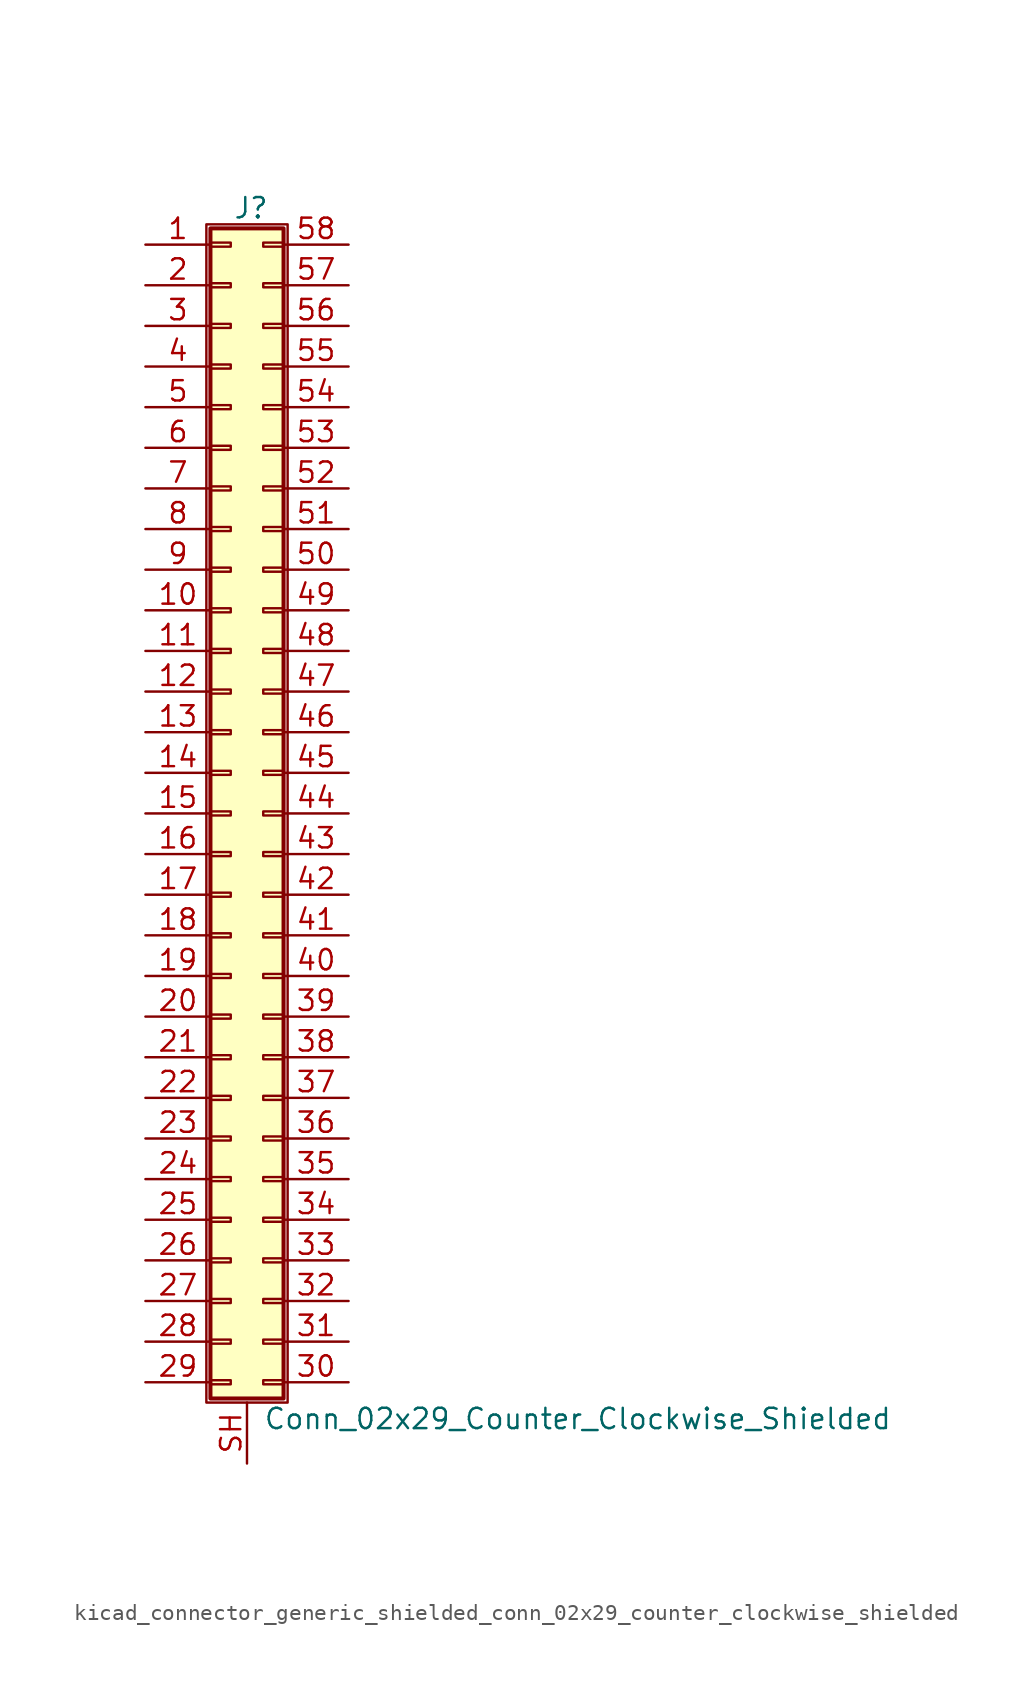
<source format=kicad_sym>
(kicad_symbol_lib
  (version 20220914)
  (generator kicad_symbol_editor)
  (symbol "kicad_connector_generic_shielded_conn_02x29_counter_clockwise_shielded"
    (pin_names
      (offset 1.016) hide)
    (property "Reference" "J"
      (at 1.524 37.846 0)
      (effects (font (size 1.27 1.27))))
    (property "Value" "Conn_02x29_Counter_Clockwise_Shielded"
      (at 2.286 -37.846 0)
      (effects (font (size 1.27 1.27)) (justify left)))
    (symbol "kicad_connector_generic_shielded_conn_02x29_counter_clockwise_shielded_1_1"
      (rectangle (start -1.27 36.83) (end 3.81 -36.83) (stroke (width 0.152) (type default)) (fill (type none)))
      (rectangle (start -1.016 -35.433) (end 0.254 -35.687) (stroke (width 0.152) (type default)) (fill (type none)))
      (rectangle (start -1.016 -32.893) (end 0.254 -33.147) (stroke (width 0.152) (type default)) (fill (type none)))
      (rectangle (start -1.016 -30.353) (end 0.254 -30.607) (stroke (width 0.152) (type default)) (fill (type none)))
      (rectangle (start -1.016 -27.813) (end 0.254 -28.067) (stroke (width 0.152) (type default)) (fill (type none)))
      (rectangle (start -1.016 -25.273) (end 0.254 -25.527) (stroke (width 0.152) (type default)) (fill (type none)))
      (rectangle (start -1.016 -22.733) (end 0.254 -22.987) (stroke (width 0.152) (type default)) (fill (type none)))
      (rectangle (start -1.016 -20.193) (end 0.254 -20.447) (stroke (width 0.152) (type default)) (fill (type none)))
      (rectangle (start -1.016 -17.653) (end 0.254 -17.907) (stroke (width 0.152) (type default)) (fill (type none)))
      (rectangle (start -1.016 -15.113) (end 0.254 -15.367) (stroke (width 0.152) (type default)) (fill (type none)))
      (rectangle (start -1.016 -12.573) (end 0.254 -12.827) (stroke (width 0.152) (type default)) (fill (type none)))
      (rectangle (start -1.016 -10.033) (end 0.254 -10.287) (stroke (width 0.152) (type default)) (fill (type none)))
      (rectangle (start -1.016 -7.493) (end 0.254 -7.747) (stroke (width 0.152) (type default)) (fill (type none)))
      (rectangle (start -1.016 -4.953) (end 0.254 -5.207) (stroke (width 0.152) (type default)) (fill (type none)))
      (rectangle (start -1.016 -2.413) (end 0.254 -2.667) (stroke (width 0.152) (type default)) (fill (type none)))
      (rectangle (start -1.016 0.127) (end 0.254 -0.127) (stroke (width 0.152) (type default)) (fill (type none)))
      (rectangle (start -1.016 2.667) (end 0.254 2.413) (stroke (width 0.152) (type default)) (fill (type none)))
      (rectangle (start -1.016 5.207) (end 0.254 4.953) (stroke (width 0.152) (type default)) (fill (type none)))
      (rectangle (start -1.016 7.747) (end 0.254 7.493) (stroke (width 0.152) (type default)) (fill (type none)))
      (rectangle (start -1.016 10.287) (end 0.254 10.033) (stroke (width 0.152) (type default)) (fill (type none)))
      (rectangle (start -1.016 12.827) (end 0.254 12.573) (stroke (width 0.152) (type default)) (fill (type none)))
      (rectangle (start -1.016 15.367) (end 0.254 15.113) (stroke (width 0.152) (type default)) (fill (type none)))
      (rectangle (start -1.016 17.907) (end 0.254 17.653) (stroke (width 0.152) (type default)) (fill (type none)))
      (rectangle (start -1.016 20.447) (end 0.254 20.193) (stroke (width 0.152) (type default)) (fill (type none)))
      (rectangle (start -1.016 22.987) (end 0.254 22.733) (stroke (width 0.152) (type default)) (fill (type none)))
      (rectangle (start -1.016 25.527) (end 0.254 25.273) (stroke (width 0.152) (type default)) (fill (type none)))
      (rectangle (start -1.016 28.067) (end 0.254 27.813) (stroke (width 0.152) (type default)) (fill (type none)))
      (rectangle (start -1.016 30.607) (end 0.254 30.353) (stroke (width 0.152) (type default)) (fill (type none)))
      (rectangle (start -1.016 33.147) (end 0.254 32.893) (stroke (width 0.152) (type default)) (fill (type none)))
      (rectangle (start -1.016 35.687) (end 0.254 35.433) (stroke (width 0.152) (type default)) (fill (type none)))
      (rectangle (start -1.016 36.576) (end 3.556 -36.576) (stroke (width 0.254) (type default)) (fill (type background)))
      (rectangle (start 3.556 -35.433) (end 2.286 -35.687) (stroke (width 0.152) (type default)) (fill (type none)))
      (rectangle (start 3.556 -32.893) (end 2.286 -33.147) (stroke (width 0.152) (type default)) (fill (type none)))
      (rectangle (start 3.556 -30.353) (end 2.286 -30.607) (stroke (width 0.152) (type default)) (fill (type none)))
      (rectangle (start 3.556 -27.813) (end 2.286 -28.067) (stroke (width 0.152) (type default)) (fill (type none)))
      (rectangle (start 3.556 -25.273) (end 2.286 -25.527) (stroke (width 0.152) (type default)) (fill (type none)))
      (rectangle (start 3.556 -22.733) (end 2.286 -22.987) (stroke (width 0.152) (type default)) (fill (type none)))
      (rectangle (start 3.556 -20.193) (end 2.286 -20.447) (stroke (width 0.152) (type default)) (fill (type none)))
      (rectangle (start 3.556 -17.653) (end 2.286 -17.907) (stroke (width 0.152) (type default)) (fill (type none)))
      (rectangle (start 3.556 -15.113) (end 2.286 -15.367) (stroke (width 0.152) (type default)) (fill (type none)))
      (rectangle (start 3.556 -12.573) (end 2.286 -12.827) (stroke (width 0.152) (type default)) (fill (type none)))
      (rectangle (start 3.556 -10.033) (end 2.286 -10.287) (stroke (width 0.152) (type default)) (fill (type none)))
      (rectangle (start 3.556 -7.493) (end 2.286 -7.747) (stroke (width 0.152) (type default)) (fill (type none)))
      (rectangle (start 3.556 -4.953) (end 2.286 -5.207) (stroke (width 0.152) (type default)) (fill (type none)))
      (rectangle (start 3.556 -2.413) (end 2.286 -2.667) (stroke (width 0.152) (type default)) (fill (type none)))
      (rectangle (start 3.556 0.127) (end 2.286 -0.127) (stroke (width 0.152) (type default)) (fill (type none)))
      (rectangle (start 3.556 2.667) (end 2.286 2.413) (stroke (width 0.152) (type default)) (fill (type none)))
      (rectangle (start 3.556 5.207) (end 2.286 4.953) (stroke (width 0.152) (type default)) (fill (type none)))
      (rectangle (start 3.556 7.747) (end 2.286 7.493) (stroke (width 0.152) (type default)) (fill (type none)))
      (rectangle (start 3.556 10.287) (end 2.286 10.033) (stroke (width 0.152) (type default)) (fill (type none)))
      (rectangle (start 3.556 12.827) (end 2.286 12.573) (stroke (width 0.152) (type default)) (fill (type none)))
      (rectangle (start 3.556 15.367) (end 2.286 15.113) (stroke (width 0.152) (type default)) (fill (type none)))
      (rectangle (start 3.556 17.907) (end 2.286 17.653) (stroke (width 0.152) (type default)) (fill (type none)))
      (rectangle (start 3.556 20.447) (end 2.286 20.193) (stroke (width 0.152) (type default)) (fill (type none)))
      (rectangle (start 3.556 22.987) (end 2.286 22.733) (stroke (width 0.152) (type default)) (fill (type none)))
      (rectangle (start 3.556 25.527) (end 2.286 25.273) (stroke (width 0.152) (type default)) (fill (type none)))
      (rectangle (start 3.556 28.067) (end 2.286 27.813) (stroke (width 0.152) (type default)) (fill (type none)))
      (rectangle (start 3.556 30.607) (end 2.286 30.353) (stroke (width 0.152) (type default)) (fill (type none)))
      (rectangle (start 3.556 33.147) (end 2.286 32.893) (stroke (width 0.152) (type default)) (fill (type none)))
      (rectangle (start 3.556 35.687) (end 2.286 35.433) (stroke (width 0.152) (type default)) (fill (type none)))
      (pin passive line (at -5.08 35.56 0) (length 4.064) (name "Pin_1" (effects (font (size 1.27 1.27)))) (number "1" (effects (font (size 1.27 1.27)))))
      (pin passive line (at -5.08 12.7 0) (length 4.064) (name "Pin_10" (effects (font (size 1.27 1.27)))) (number "10" (effects (font (size 1.27 1.27)))))
      (pin passive line (at -5.08 10.16 0) (length 4.064) (name "Pin_11" (effects (font (size 1.27 1.27)))) (number "11" (effects (font (size 1.27 1.27)))))
      (pin passive line (at -5.08 7.62 0) (length 4.064) (name "Pin_12" (effects (font (size 1.27 1.27)))) (number "12" (effects (font (size 1.27 1.27)))))
      (pin passive line (at -5.08 5.08 0) (length 4.064) (name "Pin_13" (effects (font (size 1.27 1.27)))) (number "13" (effects (font (size 1.27 1.27)))))
      (pin passive line (at -5.08 2.54 0) (length 4.064) (name "Pin_14" (effects (font (size 1.27 1.27)))) (number "14" (effects (font (size 1.27 1.27)))))
      (pin passive line (at -5.08 0 0) (length 4.064) (name "Pin_15" (effects (font (size 1.27 1.27)))) (number "15" (effects (font (size 1.27 1.27)))))
      (pin passive line (at -5.08 -2.54 0) (length 4.064) (name "Pin_16" (effects (font (size 1.27 1.27)))) (number "16" (effects (font (size 1.27 1.27)))))
      (pin passive line (at -5.08 -5.08 0) (length 4.064) (name "Pin_17" (effects (font (size 1.27 1.27)))) (number "17" (effects (font (size 1.27 1.27)))))
      (pin passive line (at -5.08 -7.62 0) (length 4.064) (name "Pin_18" (effects (font (size 1.27 1.27)))) (number "18" (effects (font (size 1.27 1.27)))))
      (pin passive line (at -5.08 -10.16 0) (length 4.064) (name "Pin_19" (effects (font (size 1.27 1.27)))) (number "19" (effects (font (size 1.27 1.27)))))
      (pin passive line (at -5.08 33.02 0) (length 4.064) (name "Pin_2" (effects (font (size 1.27 1.27)))) (number "2" (effects (font (size 1.27 1.27)))))
      (pin passive line (at -5.08 -12.7 0) (length 4.064) (name "Pin_20" (effects (font (size 1.27 1.27)))) (number "20" (effects (font (size 1.27 1.27)))))
      (pin passive line (at -5.08 -15.24 0) (length 4.064) (name "Pin_21" (effects (font (size 1.27 1.27)))) (number "21" (effects (font (size 1.27 1.27)))))
      (pin passive line (at -5.08 -17.78 0) (length 4.064) (name "Pin_22" (effects (font (size 1.27 1.27)))) (number "22" (effects (font (size 1.27 1.27)))))
      (pin passive line (at -5.08 -20.32 0) (length 4.064) (name "Pin_23" (effects (font (size 1.27 1.27)))) (number "23" (effects (font (size 1.27 1.27)))))
      (pin passive line (at -5.08 -22.86 0) (length 4.064) (name "Pin_24" (effects (font (size 1.27 1.27)))) (number "24" (effects (font (size 1.27 1.27)))))
      (pin passive line (at -5.08 -25.4 0) (length 4.064) (name "Pin_25" (effects (font (size 1.27 1.27)))) (number "25" (effects (font (size 1.27 1.27)))))
      (pin passive line (at -5.08 -27.94 0) (length 4.064) (name "Pin_26" (effects (font (size 1.27 1.27)))) (number "26" (effects (font (size 1.27 1.27)))))
      (pin passive line (at -5.08 -30.48 0) (length 4.064) (name "Pin_27" (effects (font (size 1.27 1.27)))) (number "27" (effects (font (size 1.27 1.27)))))
      (pin passive line (at -5.08 -33.02 0) (length 4.064) (name "Pin_28" (effects (font (size 1.27 1.27)))) (number "28" (effects (font (size 1.27 1.27)))))
      (pin passive line (at -5.08 -35.56 0) (length 4.064) (name "Pin_29" (effects (font (size 1.27 1.27)))) (number "29" (effects (font (size 1.27 1.27)))))
      (pin passive line (at -5.08 30.48 0) (length 4.064) (name "Pin_3" (effects (font (size 1.27 1.27)))) (number "3" (effects (font (size 1.27 1.27)))))
      (pin passive line (at 7.62 -35.56 180) (length 4.064) (name "Pin_30" (effects (font (size 1.27 1.27)))) (number "30" (effects (font (size 1.27 1.27)))))
      (pin passive line (at 7.62 -33.02 180) (length 4.064) (name "Pin_31" (effects (font (size 1.27 1.27)))) (number "31" (effects (font (size 1.27 1.27)))))
      (pin passive line (at 7.62 -30.48 180) (length 4.064) (name "Pin_32" (effects (font (size 1.27 1.27)))) (number "32" (effects (font (size 1.27 1.27)))))
      (pin passive line (at 7.62 -27.94 180) (length 4.064) (name "Pin_33" (effects (font (size 1.27 1.27)))) (number "33" (effects (font (size 1.27 1.27)))))
      (pin passive line (at 7.62 -25.4 180) (length 4.064) (name "Pin_34" (effects (font (size 1.27 1.27)))) (number "34" (effects (font (size 1.27 1.27)))))
      (pin passive line (at 7.62 -22.86 180) (length 4.064) (name "Pin_35" (effects (font (size 1.27 1.27)))) (number "35" (effects (font (size 1.27 1.27)))))
      (pin passive line (at 7.62 -20.32 180) (length 4.064) (name "Pin_36" (effects (font (size 1.27 1.27)))) (number "36" (effects (font (size 1.27 1.27)))))
      (pin passive line (at 7.62 -17.78 180) (length 4.064) (name "Pin_37" (effects (font (size 1.27 1.27)))) (number "37" (effects (font (size 1.27 1.27)))))
      (pin passive line (at 7.62 -15.24 180) (length 4.064) (name "Pin_38" (effects (font (size 1.27 1.27)))) (number "38" (effects (font (size 1.27 1.27)))))
      (pin passive line (at 7.62 -12.7 180) (length 4.064) (name "Pin_39" (effects (font (size 1.27 1.27)))) (number "39" (effects (font (size 1.27 1.27)))))
      (pin passive line (at -5.08 27.94 0) (length 4.064) (name "Pin_4" (effects (font (size 1.27 1.27)))) (number "4" (effects (font (size 1.27 1.27)))))
      (pin passive line (at 7.62 -10.16 180) (length 4.064) (name "Pin_40" (effects (font (size 1.27 1.27)))) (number "40" (effects (font (size 1.27 1.27)))))
      (pin passive line (at 7.62 -7.62 180) (length 4.064) (name "Pin_41" (effects (font (size 1.27 1.27)))) (number "41" (effects (font (size 1.27 1.27)))))
      (pin passive line (at 7.62 -5.08 180) (length 4.064) (name "Pin_42" (effects (font (size 1.27 1.27)))) (number "42" (effects (font (size 1.27 1.27)))))
      (pin passive line (at 7.62 -2.54 180) (length 4.064) (name "Pin_43" (effects (font (size 1.27 1.27)))) (number "43" (effects (font (size 1.27 1.27)))))
      (pin passive line (at 7.62 0 180) (length 4.064) (name "Pin_44" (effects (font (size 1.27 1.27)))) (number "44" (effects (font (size 1.27 1.27)))))
      (pin passive line (at 7.62 2.54 180) (length 4.064) (name "Pin_45" (effects (font (size 1.27 1.27)))) (number "45" (effects (font (size 1.27 1.27)))))
      (pin passive line (at 7.62 5.08 180) (length 4.064) (name "Pin_46" (effects (font (size 1.27 1.27)))) (number "46" (effects (font (size 1.27 1.27)))))
      (pin passive line (at 7.62 7.62 180) (length 4.064) (name "Pin_47" (effects (font (size 1.27 1.27)))) (number "47" (effects (font (size 1.27 1.27)))))
      (pin passive line (at 7.62 10.16 180) (length 4.064) (name "Pin_48" (effects (font (size 1.27 1.27)))) (number "48" (effects (font (size 1.27 1.27)))))
      (pin passive line (at 7.62 12.7 180) (length 4.064) (name "Pin_49" (effects (font (size 1.27 1.27)))) (number "49" (effects (font (size 1.27 1.27)))))
      (pin passive line (at -5.08 25.4 0) (length 4.064) (name "Pin_5" (effects (font (size 1.27 1.27)))) (number "5" (effects (font (size 1.27 1.27)))))
      (pin passive line (at 7.62 15.24 180) (length 4.064) (name "Pin_50" (effects (font (size 1.27 1.27)))) (number "50" (effects (font (size 1.27 1.27)))))
      (pin passive line (at 7.62 17.78 180) (length 4.064) (name "Pin_51" (effects (font (size 1.27 1.27)))) (number "51" (effects (font (size 1.27 1.27)))))
      (pin passive line (at 7.62 20.32 180) (length 4.064) (name "Pin_52" (effects (font (size 1.27 1.27)))) (number "52" (effects (font (size 1.27 1.27)))))
      (pin passive line (at 7.62 22.86 180) (length 4.064) (name "Pin_53" (effects (font (size 1.27 1.27)))) (number "53" (effects (font (size 1.27 1.27)))))
      (pin passive line (at 7.62 25.4 180) (length 4.064) (name "Pin_54" (effects (font (size 1.27 1.27)))) (number "54" (effects (font (size 1.27 1.27)))))
      (pin passive line (at 7.62 27.94 180) (length 4.064) (name "Pin_55" (effects (font (size 1.27 1.27)))) (number "55" (effects (font (size 1.27 1.27)))))
      (pin passive line (at 7.62 30.48 180) (length 4.064) (name "Pin_56" (effects (font (size 1.27 1.27)))) (number "56" (effects (font (size 1.27 1.27)))))
      (pin passive line (at 7.62 33.02 180) (length 4.064) (name "Pin_57" (effects (font (size 1.27 1.27)))) (number "57" (effects (font (size 1.27 1.27)))))
      (pin passive line (at 7.62 35.56 180) (length 4.064) (name "Pin_58" (effects (font (size 1.27 1.27)))) (number "58" (effects (font (size 1.27 1.27)))))
      (pin passive line (at -5.08 22.86 0) (length 4.064) (name "Pin_6" (effects (font (size 1.27 1.27)))) (number "6" (effects (font (size 1.27 1.27)))))
      (pin passive line (at -5.08 20.32 0) (length 4.064) (name "Pin_7" (effects (font (size 1.27 1.27)))) (number "7" (effects (font (size 1.27 1.27)))))
      (pin passive line (at -5.08 17.78 0) (length 4.064) (name "Pin_8" (effects (font (size 1.27 1.27)))) (number "8" (effects (font (size 1.27 1.27)))))
      (pin passive line (at -5.08 15.24 0) (length 4.064) (name "Pin_9" (effects (font (size 1.27 1.27)))) (number "9" (effects (font (size 1.27 1.27)))))
      (pin passive line (at 1.27 -40.64 90) (length 3.81) (name "Shield" (effects (font (size 1.27 1.27)))) (number "SH" (effects (font (size 1.27 1.27))))))))
</source>
